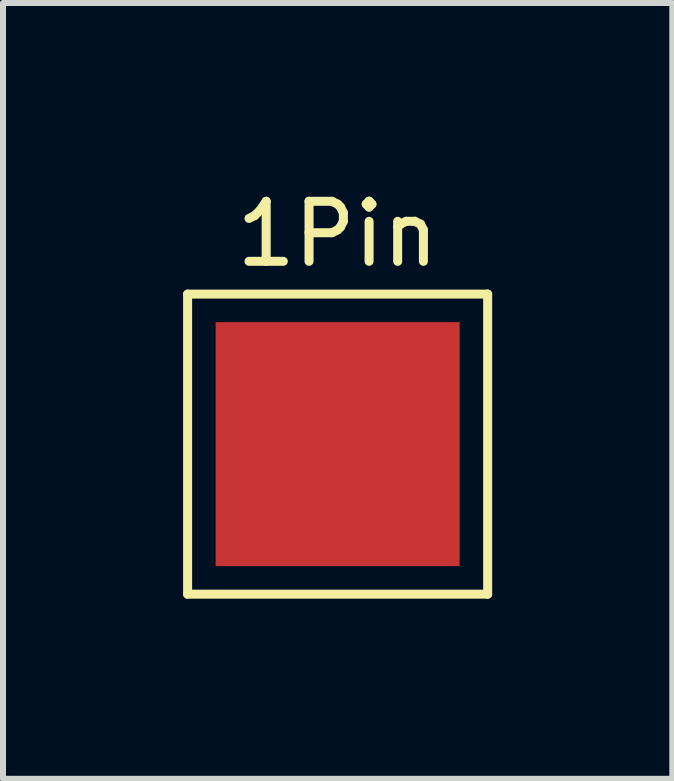
<source format=kicad_pcb>
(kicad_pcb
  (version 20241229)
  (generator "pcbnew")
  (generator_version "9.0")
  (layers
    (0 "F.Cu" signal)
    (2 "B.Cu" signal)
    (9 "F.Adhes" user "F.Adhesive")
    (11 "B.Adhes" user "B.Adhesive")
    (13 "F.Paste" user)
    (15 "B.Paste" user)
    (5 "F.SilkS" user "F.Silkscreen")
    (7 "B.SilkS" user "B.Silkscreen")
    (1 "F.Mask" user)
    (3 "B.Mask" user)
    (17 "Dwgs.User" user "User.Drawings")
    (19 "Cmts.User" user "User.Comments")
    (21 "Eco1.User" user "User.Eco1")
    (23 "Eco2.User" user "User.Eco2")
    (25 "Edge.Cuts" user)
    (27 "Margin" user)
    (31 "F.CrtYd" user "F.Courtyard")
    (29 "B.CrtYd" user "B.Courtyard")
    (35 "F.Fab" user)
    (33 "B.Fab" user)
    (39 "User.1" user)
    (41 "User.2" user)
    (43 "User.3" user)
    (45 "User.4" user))
  (footprint "1Pin"
    (layer "F.Cu")
    (at 2.574 4.348)
    (property "Reference" "1Pin" (at 0 -3.5 0) (layer "F.SilkS") (effects (font (size 1 1) (thickness 0.15))))
    (attr through_hole)
    (fp_line (start -2.499 -2.499) (end 2.499 -2.499) (stroke (width 0.15) (type solid)) (layer "F.SilkS"))
    (fp_line (start -2.499 2.499) (end -2.499 -2.499) (stroke (width 0.15) (type solid)) (layer "F.SilkS"))
    (fp_line (start 2.499 -2.499) (end 2.499 2.499) (stroke (width 0.15) (type solid)) (layer "F.SilkS"))
    (fp_line (start 2.499 2.499) (end -2.499 2.499) (stroke (width 0.15) (type solid)) (layer "F.SilkS"))
    (pad "1" smd rect (at 0 0) (size 4.064 4.064) (layers "F.Cu" "F.Mask" "F.Paste")))
  (gr_rect
    (start -3 -3)
    (end 8.149 9.923)
    (stroke (width 0.1) (type default))
    (fill no)
    (layer "Edge.Cuts")))
</source>
